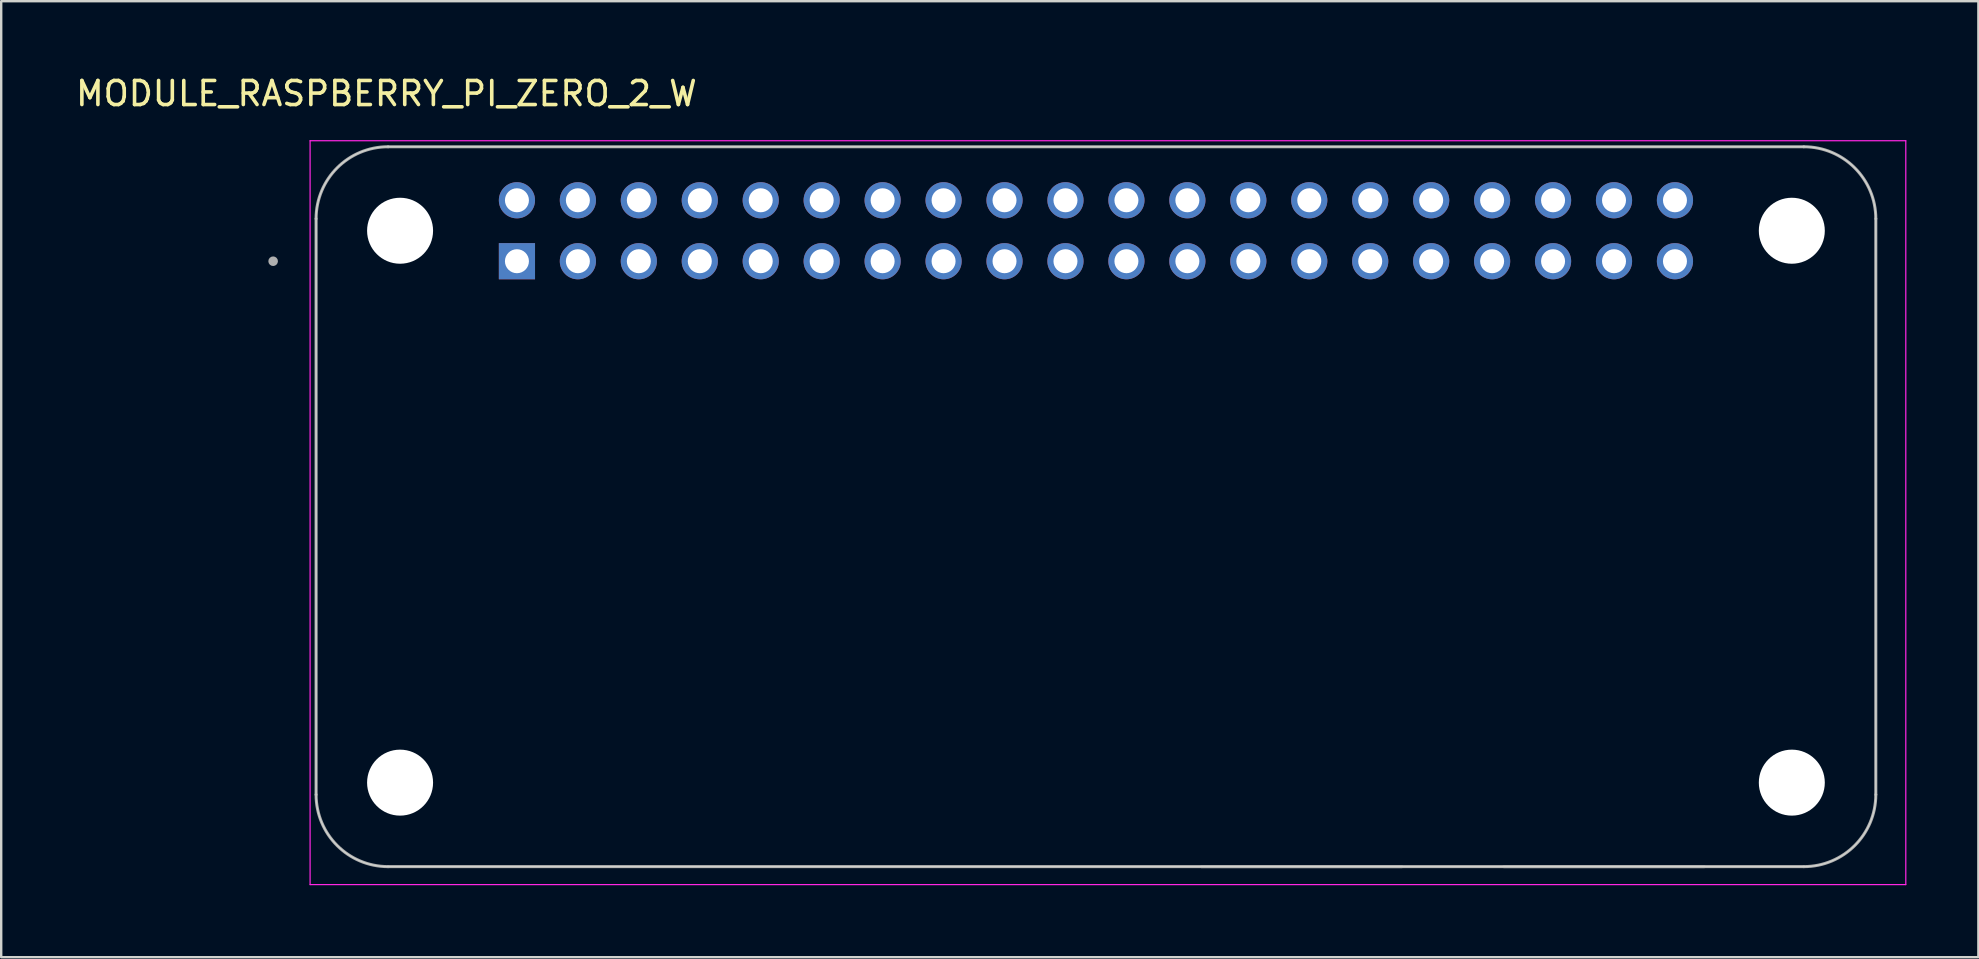
<source format=kicad_pcb>
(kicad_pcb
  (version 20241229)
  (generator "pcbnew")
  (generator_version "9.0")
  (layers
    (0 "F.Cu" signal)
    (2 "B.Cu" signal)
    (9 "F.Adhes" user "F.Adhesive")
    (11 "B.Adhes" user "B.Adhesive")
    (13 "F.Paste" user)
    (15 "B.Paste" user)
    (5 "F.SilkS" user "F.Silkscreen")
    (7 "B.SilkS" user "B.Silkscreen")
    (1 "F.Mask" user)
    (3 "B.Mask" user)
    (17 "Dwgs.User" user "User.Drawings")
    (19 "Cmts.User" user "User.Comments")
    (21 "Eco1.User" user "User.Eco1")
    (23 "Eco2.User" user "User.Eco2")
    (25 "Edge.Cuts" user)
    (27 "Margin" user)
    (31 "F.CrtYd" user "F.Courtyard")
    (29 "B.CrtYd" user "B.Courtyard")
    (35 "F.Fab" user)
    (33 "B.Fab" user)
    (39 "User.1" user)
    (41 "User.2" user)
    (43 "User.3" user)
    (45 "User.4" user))
  (footprint "MODULE_RASPBERRY_PI_ZERO_2_W"
    (layer "F.Cu")
    (at 42.623 18.066)
    (property "Reference" "MODULE_RASPBERRY_PI_ZERO_2_W" (at -29.569 -17.216 0) (layer "F.SilkS") (effects (font (size 1.002 1.002) (thickness 0.15))))
    (attr through_hole)
    (fp_line (start -32.5 12) (end -32.5 -12) (stroke (width 0.05) (type default)) (layer "Edge.Cuts"))
    (fp_line (start -29.5 -15) (end 29.5 -15) (stroke (width 0.05) (type default)) (layer "Edge.Cuts"))
    (fp_line (start 29.5 15) (end -29.5 15) (stroke (width 0.05) (type default)) (layer "Edge.Cuts"))
    (fp_line (start 32.5 -12) (end 32.5 12) (stroke (width 0.05) (type default)) (layer "Edge.Cuts"))
    (fp_arc (start -32.5 -12) (mid -31.62132 -14.12132) (end -29.5 -15) (stroke (width 0.05) (type default)) (layer "Edge.Cuts"))
    (fp_arc (start -29.5 15) (mid -31.62132 14.12132) (end -32.5 12) (stroke (width 0.05) (type default)) (layer "Edge.Cuts"))
    (fp_arc (start 29.5 -15) (mid 31.62132 -14.12132) (end 32.5 -12) (stroke (width 0.05) (type default)) (layer "Edge.Cuts"))
    (fp_arc (start 32.5 12) (mid 31.62132 14.12132) (end 29.5 15) (stroke (width 0.05) (type default)) (layer "Edge.Cuts"))
    (fp_line (start -32.75 -15.25) (end 33.75 -15.25) (stroke (width 0.05) (type solid)) (layer "F.CrtYd"))
    (fp_line (start -32.75 15.75) (end -32.75 -15.25) (stroke (width 0.05) (type solid)) (layer "F.CrtYd"))
    (fp_line (start 33.75 -15.25) (end 33.75 15.75) (stroke (width 0.05) (type solid)) (layer "F.CrtYd"))
    (fp_line (start 33.75 15.75) (end -32.75 15.75) (stroke (width 0.05) (type solid)) (layer "F.CrtYd"))
    (fp_line (start -32.5 -12) (end -32.5 12) (stroke (width 0.127) (type solid)) (layer "F.Fab"))
    (fp_line (start -29.5 15) (end 29.5 15) (stroke (width 0.127) (type solid)) (layer "F.Fab"))
    (fp_line (start 4.4 15) (end 12.75 15) (stroke (width 0.127) (type solid)) (layer "F.Fab"))
    (fp_line (start 17 15) (end 25.35 15) (stroke (width 0.127) (type solid)) (layer "F.Fab"))
    (fp_line (start 29.5 -15) (end -29.5 -15) (stroke (width 0.127) (type solid)) (layer "F.Fab"))
    (fp_line (start 32.5 12) (end 32.5 -12) (stroke (width 0.127) (type solid)) (layer "F.Fab"))
    (fp_arc (start -32.5 -12) (mid -31.62132 -14.12132) (end -29.5 -15) (stroke (width 0.127) (type solid)) (layer "F.Fab"))
    (fp_arc (start -29.5 15) (mid -31.62132 14.12132) (end -32.5 12) (stroke (width 0.127) (type solid)) (layer "F.Fab"))
    (fp_arc (start 29.5 -15) (mid 31.62132 -14.12132) (end 32.5 -12) (stroke (width 0.127) (type solid)) (layer "F.Fab"))
    (fp_arc (start 32.5 12) (mid 31.62132 14.12132) (end 29.5 15) (stroke (width 0.127) (type solid)) (layer "F.Fab"))
    (fp_circle (center -34.29 -10.23) (end -34.19 -10.23) (stroke (width 0.2) (type solid)) (fill no) (layer "F.Fab"))
    (pad "" np_thru_hole circle (at -29 -11.5) (size 2.75 2.75) (drill 2.75) (layers "*.Cu" "*.Mask"))
    (pad "" np_thru_hole circle (at -29 11.5) (size 2.75 2.75) (drill 2.75) (layers "*.Cu" "*.Mask"))
    (pad "" np_thru_hole circle (at 29 -11.5) (size 2.75 2.75) (drill 2.75) (layers "*.Cu" "*.Mask"))
    (pad "" np_thru_hole circle (at 29 11.5) (size 2.75 2.75) (drill 2.75) (layers "*.Cu" "*.Mask"))
    (pad "1" thru_hole rect (at -24.13 -10.23) (size 1.508 1.508) (drill 1) (layers "*.Cu" "*.Mask"))
    (pad "2" thru_hole circle (at -24.13 -12.77) (size 1.508 1.508) (drill 1) (layers "*.Cu" "*.Mask"))
    (pad "3" thru_hole circle (at -21.59 -10.23) (size 1.508 1.508) (drill 1) (layers "*.Cu" "*.Mask"))
    (pad "4" thru_hole circle (at -21.59 -12.77) (size 1.508 1.508) (drill 1) (layers "*.Cu" "*.Mask"))
    (pad "5" thru_hole circle (at -19.05 -10.23) (size 1.508 1.508) (drill 1) (layers "*.Cu" "*.Mask"))
    (pad "6" thru_hole circle (at -19.05 -12.77) (size 1.508 1.508) (drill 1) (layers "*.Cu" "*.Mask"))
    (pad "7" thru_hole circle (at -16.51 -10.23) (size 1.508 1.508) (drill 1) (layers "*.Cu" "*.Mask"))
    (pad "8" thru_hole circle (at -16.51 -12.77) (size 1.508 1.508) (drill 1) (layers "*.Cu" "*.Mask"))
    (pad "9" thru_hole circle (at -13.97 -10.23) (size 1.508 1.508) (drill 1) (layers "*.Cu" "*.Mask"))
    (pad "10" thru_hole circle (at -13.97 -12.77) (size 1.508 1.508) (drill 1) (layers "*.Cu" "*.Mask"))
    (pad "11" thru_hole circle (at -11.43 -10.23) (size 1.508 1.508) (drill 1) (layers "*.Cu" "*.Mask"))
    (pad "12" thru_hole circle (at -11.43 -12.77) (size 1.508 1.508) (drill 1) (layers "*.Cu" "*.Mask"))
    (pad "13" thru_hole circle (at -8.89 -10.23) (size 1.508 1.508) (drill 1) (layers "*.Cu" "*.Mask"))
    (pad "14" thru_hole circle (at -8.89 -12.77) (size 1.508 1.508) (drill 1) (layers "*.Cu" "*.Mask"))
    (pad "15" thru_hole circle (at -6.35 -10.23) (size 1.508 1.508) (drill 1) (layers "*.Cu" "*.Mask"))
    (pad "16" thru_hole circle (at -6.35 -12.77) (size 1.508 1.508) (drill 1) (layers "*.Cu" "*.Mask"))
    (pad "17" thru_hole circle (at -3.81 -10.23) (size 1.508 1.508) (drill 1) (layers "*.Cu" "*.Mask"))
    (pad "18" thru_hole circle (at -3.81 -12.77) (size 1.508 1.508) (drill 1) (layers "*.Cu" "*.Mask"))
    (pad "19" thru_hole circle (at -1.27 -10.23) (size 1.508 1.508) (drill 1) (layers "*.Cu" "*.Mask"))
    (pad "20" thru_hole circle (at -1.27 -12.77) (size 1.508 1.508) (drill 1) (layers "*.Cu" "*.Mask"))
    (pad "21" thru_hole circle (at 1.27 -10.23) (size 1.508 1.508) (drill 1) (layers "*.Cu" "*.Mask"))
    (pad "22" thru_hole circle (at 1.27 -12.77) (size 1.508 1.508) (drill 1) (layers "*.Cu" "*.Mask"))
    (pad "23" thru_hole circle (at 3.81 -10.23) (size 1.508 1.508) (drill 1) (layers "*.Cu" "*.Mask"))
    (pad "24" thru_hole circle (at 3.81 -12.77) (size 1.508 1.508) (drill 1) (layers "*.Cu" "*.Mask"))
    (pad "25" thru_hole circle (at 6.35 -10.23) (size 1.508 1.508) (drill 1) (layers "*.Cu" "*.Mask"))
    (pad "26" thru_hole circle (at 6.35 -12.77) (size 1.508 1.508) (drill 1) (layers "*.Cu" "*.Mask"))
    (pad "27" thru_hole circle (at 8.89 -10.23) (size 1.508 1.508) (drill 1) (layers "*.Cu" "*.Mask"))
    (pad "28" thru_hole circle (at 8.89 -12.77) (size 1.508 1.508) (drill 1) (layers "*.Cu" "*.Mask"))
    (pad "29" thru_hole circle (at 11.43 -10.23) (size 1.508 1.508) (drill 1) (layers "*.Cu" "*.Mask"))
    (pad "30" thru_hole circle (at 11.43 -12.77) (size 1.508 1.508) (drill 1) (layers "*.Cu" "*.Mask"))
    (pad "31" thru_hole circle (at 13.97 -10.23) (size 1.508 1.508) (drill 1) (layers "*.Cu" "*.Mask"))
    (pad "32" thru_hole circle (at 13.97 -12.77) (size 1.508 1.508) (drill 1) (layers "*.Cu" "*.Mask"))
    (pad "33" thru_hole circle (at 16.51 -10.23) (size 1.508 1.508) (drill 1) (layers "*.Cu" "*.Mask"))
    (pad "34" thru_hole circle (at 16.51 -12.77) (size 1.508 1.508) (drill 1) (layers "*.Cu" "*.Mask"))
    (pad "35" thru_hole circle (at 19.05 -10.23) (size 1.508 1.508) (drill 1) (layers "*.Cu" "*.Mask"))
    (pad "36" thru_hole circle (at 19.05 -12.77) (size 1.508 1.508) (drill 1) (layers "*.Cu" "*.Mask"))
    (pad "37" thru_hole circle (at 21.59 -10.23) (size 1.508 1.508) (drill 1) (layers "*.Cu" "*.Mask"))
    (pad "38" thru_hole circle (at 21.59 -12.77) (size 1.508 1.508) (drill 1) (layers "*.Cu" "*.Mask"))
    (pad "39" thru_hole circle (at 24.13 -10.23) (size 1.508 1.508) (drill 1) (layers "*.Cu" "*.Mask"))
    (pad "40" thru_hole circle (at 24.13 -12.77) (size 1.508 1.508) (drill 1) (layers "*.Cu" "*.Mask")))
  (gr_rect
    (start -3 -3)
    (end 79.398 36.841)
    (stroke (width 0.1) (type default))
    (fill no)
    (layer "Edge.Cuts")))
</source>
